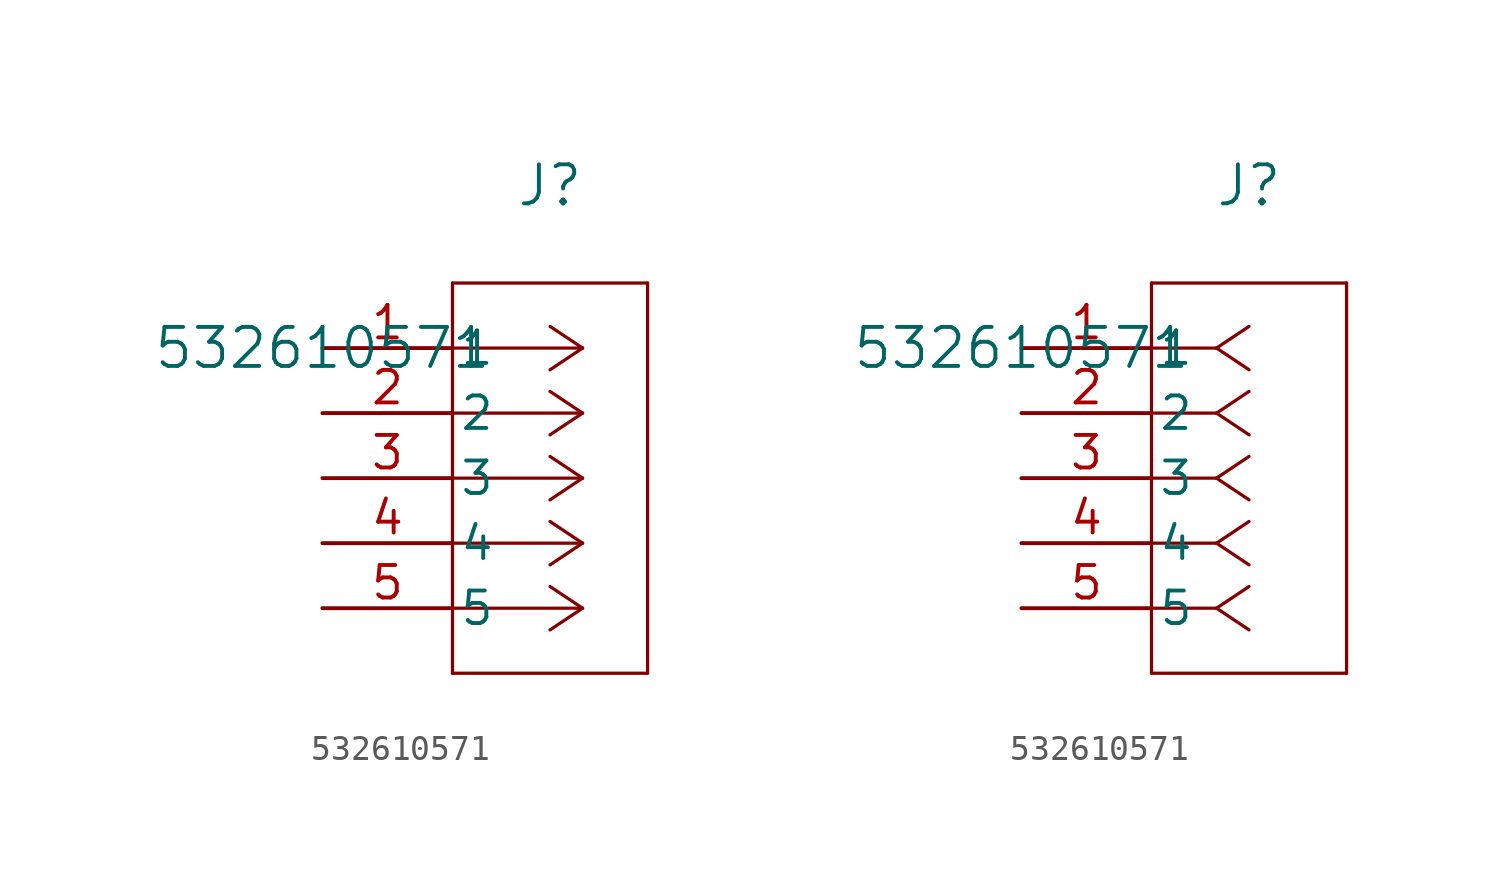
<source format=kicad_sym>
(kicad_symbol_lib
  (version 20211014)
  (generator kicad_symbol_editor)
  (symbol "532610571"
    (pin_names
      (offset 0.254))
    (property "Reference" "J"
      (at 8.89 6.35 0)
      (effects (font (size 1.524 1.524))))
    (property "Value" "532610571"
      (at 0 0 0)
      (effects (font (size 1.524 1.524))))
    (symbol "532610571_1_1"
      (polyline (pts (xy 10.16 0) (xy 5.08 0)) (stroke (width 0.127) (type default) (color 0 0 0 0)) (fill (type none)))
      (polyline (pts (xy 10.16 -2.54) (xy 5.08 -2.54)) (stroke (width 0.127) (type default) (color 0 0 0 0)) (fill (type none)))
      (polyline (pts (xy 10.16 -5.08) (xy 5.08 -5.08)) (stroke (width 0.127) (type default) (color 0 0 0 0)) (fill (type none)))
      (polyline (pts (xy 10.16 -7.62) (xy 5.08 -7.62)) (stroke (width 0.127) (type default) (color 0 0 0 0)) (fill (type none)))
      (polyline (pts (xy 10.16 -10.16) (xy 5.08 -10.16)) (stroke (width 0.127) (type default) (color 0 0 0 0)) (fill (type none)))
      (polyline (pts (xy 10.16 0) (xy 8.89 0.847)) (stroke (width 0.127) (type default) (color 0 0 0 0)) (fill (type none)))
      (polyline (pts (xy 10.16 -2.54) (xy 8.89 -1.693)) (stroke (width 0.127) (type default) (color 0 0 0 0)) (fill (type none)))
      (polyline (pts (xy 10.16 -5.08) (xy 8.89 -4.233)) (stroke (width 0.127) (type default) (color 0 0 0 0)) (fill (type none)))
      (polyline (pts (xy 10.16 -7.62) (xy 8.89 -6.773)) (stroke (width 0.127) (type default) (color 0 0 0 0)) (fill (type none)))
      (polyline (pts (xy 10.16 -10.16) (xy 8.89 -9.313)) (stroke (width 0.127) (type default) (color 0 0 0 0)) (fill (type none)))
      (polyline (pts (xy 10.16 0) (xy 8.89 -0.847)) (stroke (width 0.127) (type default) (color 0 0 0 0)) (fill (type none)))
      (polyline (pts (xy 10.16 -2.54) (xy 8.89 -3.387)) (stroke (width 0.127) (type default) (color 0 0 0 0)) (fill (type none)))
      (polyline (pts (xy 10.16 -5.08) (xy 8.89 -5.927)) (stroke (width 0.127) (type default) (color 0 0 0 0)) (fill (type none)))
      (polyline (pts (xy 10.16 -7.62) (xy 8.89 -8.467)) (stroke (width 0.127) (type default) (color 0 0 0 0)) (fill (type none)))
      (polyline (pts (xy 10.16 -10.16) (xy 8.89 -11.007)) (stroke (width 0.127) (type default) (color 0 0 0 0)) (fill (type none)))
      (polyline (pts (xy 5.08 2.54) (xy 5.08 -12.7)) (stroke (width 0.127) (type default) (color 0 0 0 0)) (fill (type none)))
      (polyline (pts (xy 5.08 -12.7) (xy 12.7 -12.7)) (stroke (width 0.127) (type default) (color 0 0 0 0)) (fill (type none)))
      (polyline (pts (xy 12.7 -12.7) (xy 12.7 2.54)) (stroke (width 0.127) (type default) (color 0 0 0 0)) (fill (type none)))
      (polyline (pts (xy 12.7 2.54) (xy 5.08 2.54)) (stroke (width 0.127) (type default) (color 0 0 0 0)) (fill (type none)))
      (pin unspecified line (at 0 0 0) (length 5.08) (name "1" (effects (font (size 1.27 1.27)))) (number "1" (effects (font (size 1.27 1.27)))))
      (pin unspecified line (at 0 -2.54 0) (length 5.08) (name "2" (effects (font (size 1.27 1.27)))) (number "2" (effects (font (size 1.27 1.27)))))
      (pin unspecified line (at 0 -5.08 0) (length 5.08) (name "3" (effects (font (size 1.27 1.27)))) (number "3" (effects (font (size 1.27 1.27)))))
      (pin unspecified line (at 0 -7.62 0) (length 5.08) (name "4" (effects (font (size 1.27 1.27)))) (number "4" (effects (font (size 1.27 1.27)))))
      (pin unspecified line (at 0 -10.16 0) (length 5.08) (name "5" (effects (font (size 1.27 1.27)))) (number "5" (effects (font (size 1.27 1.27))))))
    (symbol "532610571_1_2"
      (polyline (pts (xy 7.62 0) (xy 5.08 0)) (stroke (width 0.127) (type default) (color 0 0 0 0)) (fill (type none)))
      (polyline (pts (xy 7.62 -2.54) (xy 5.08 -2.54)) (stroke (width 0.127) (type default) (color 0 0 0 0)) (fill (type none)))
      (polyline (pts (xy 7.62 -5.08) (xy 5.08 -5.08)) (stroke (width 0.127) (type default) (color 0 0 0 0)) (fill (type none)))
      (polyline (pts (xy 7.62 -7.62) (xy 5.08 -7.62)) (stroke (width 0.127) (type default) (color 0 0 0 0)) (fill (type none)))
      (polyline (pts (xy 7.62 -10.16) (xy 5.08 -10.16)) (stroke (width 0.127) (type default) (color 0 0 0 0)) (fill (type none)))
      (polyline (pts (xy 7.62 0) (xy 8.89 0.847)) (stroke (width 0.127) (type default) (color 0 0 0 0)) (fill (type none)))
      (polyline (pts (xy 7.62 -2.54) (xy 8.89 -1.693)) (stroke (width 0.127) (type default) (color 0 0 0 0)) (fill (type none)))
      (polyline (pts (xy 7.62 -5.08) (xy 8.89 -4.233)) (stroke (width 0.127) (type default) (color 0 0 0 0)) (fill (type none)))
      (polyline (pts (xy 7.62 -7.62) (xy 8.89 -6.773)) (stroke (width 0.127) (type default) (color 0 0 0 0)) (fill (type none)))
      (polyline (pts (xy 7.62 -10.16) (xy 8.89 -9.313)) (stroke (width 0.127) (type default) (color 0 0 0 0)) (fill (type none)))
      (polyline (pts (xy 7.62 0) (xy 8.89 -0.847)) (stroke (width 0.127) (type default) (color 0 0 0 0)) (fill (type none)))
      (polyline (pts (xy 7.62 -2.54) (xy 8.89 -3.387)) (stroke (width 0.127) (type default) (color 0 0 0 0)) (fill (type none)))
      (polyline (pts (xy 7.62 -5.08) (xy 8.89 -5.927)) (stroke (width 0.127) (type default) (color 0 0 0 0)) (fill (type none)))
      (polyline (pts (xy 7.62 -7.62) (xy 8.89 -8.467)) (stroke (width 0.127) (type default) (color 0 0 0 0)) (fill (type none)))
      (polyline (pts (xy 7.62 -10.16) (xy 8.89 -11.007)) (stroke (width 0.127) (type default) (color 0 0 0 0)) (fill (type none)))
      (polyline (pts (xy 5.08 2.54) (xy 5.08 -12.7)) (stroke (width 0.127) (type default) (color 0 0 0 0)) (fill (type none)))
      (polyline (pts (xy 5.08 -12.7) (xy 12.7 -12.7)) (stroke (width 0.127) (type default) (color 0 0 0 0)) (fill (type none)))
      (polyline (pts (xy 12.7 -12.7) (xy 12.7 2.54)) (stroke (width 0.127) (type default) (color 0 0 0 0)) (fill (type none)))
      (polyline (pts (xy 12.7 2.54) (xy 5.08 2.54)) (stroke (width 0.127) (type default) (color 0 0 0 0)) (fill (type none)))
      (pin unspecified line (at 0 0 0) (length 5.08) (name "1" (effects (font (size 1.27 1.27)))) (number "1" (effects (font (size 1.27 1.27)))))
      (pin unspecified line (at 0 -2.54 0) (length 5.08) (name "2" (effects (font (size 1.27 1.27)))) (number "2" (effects (font (size 1.27 1.27)))))
      (pin unspecified line (at 0 -5.08 0) (length 5.08) (name "3" (effects (font (size 1.27 1.27)))) (number "3" (effects (font (size 1.27 1.27)))))
      (pin unspecified line (at 0 -7.62 0) (length 5.08) (name "4" (effects (font (size 1.27 1.27)))) (number "4" (effects (font (size 1.27 1.27)))))
      (pin unspecified line (at 0 -10.16 0) (length 5.08) (name "5" (effects (font (size 1.27 1.27)))) (number "5" (effects (font (size 1.27 1.27))))))))
</source>
